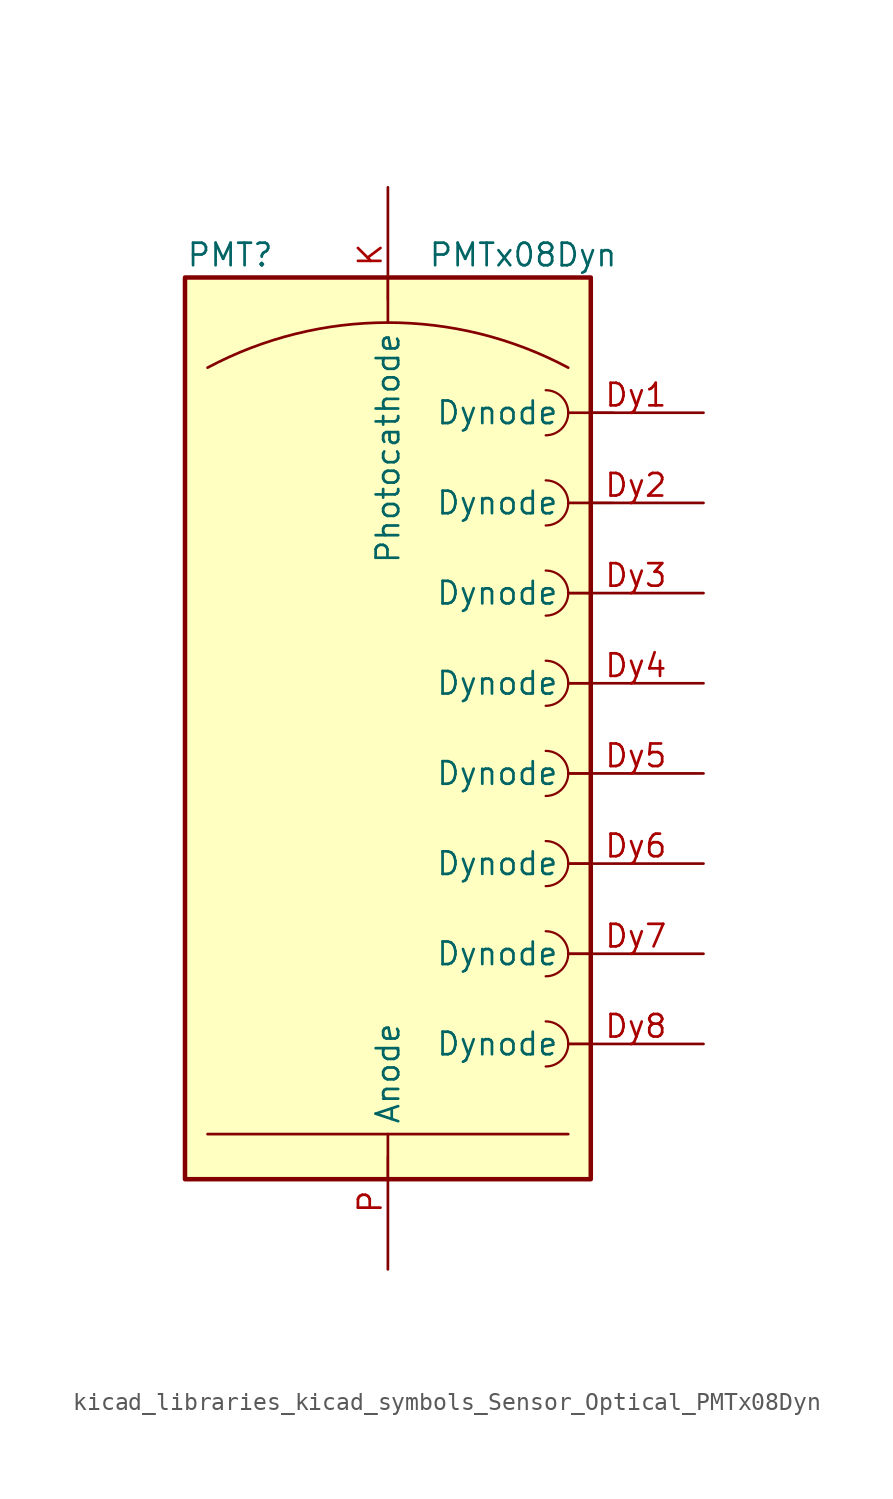
<source format=kicad_sym>
(kicad_symbol_lib
  (version 20220914)
  (generator kicad_symbol_editor)
  (symbol "kicad_libraries_kicad_symbols_Sensor_Optical_PMTx08Dyn"
    (property "Reference" "PMT"
      (at -8.89 26.67 0)
      (effects (font (size 1.27 1.27))))
    (property "Value" "PMTx08Dyn"
      (at 7.62 26.67 0)
      (effects (font (size 1.27 1.27))))
    (symbol "kicad_libraries_kicad_symbols_Sensor_Optical_PMTx08Dyn_0_1"
      (polyline (pts (xy 0 -25.4) (xy 0 -24.13)) (stroke (width 0.127) (type default)) (fill (type none)))
      (polyline (pts (xy 0 25.4) (xy 0 24.13)) (stroke (width 0.127) (type default)) (fill (type none)))
      (polyline (pts (xy 10.16 -22.86) (xy -10.16 -22.86)) (stroke (width 0) (type default)) (fill (type none)))
      (polyline (pts (xy 11.43 -17.78) (xy 10.16 -17.78)) (stroke (width 0.127) (type default)) (fill (type none)))
      (polyline (pts (xy 11.43 -12.7) (xy 10.16 -12.7)) (stroke (width 0.127) (type default)) (fill (type none)))
      (polyline (pts (xy 11.43 -7.62) (xy 10.16 -7.62)) (stroke (width 0.127) (type default)) (fill (type none)))
      (polyline (pts (xy 11.43 -2.54) (xy 10.16 -2.54)) (stroke (width 0.127) (type default)) (fill (type none)))
      (polyline (pts (xy 11.43 2.54) (xy 10.16 2.54)) (stroke (width 0.127) (type default)) (fill (type none)))
      (polyline (pts (xy 11.43 7.62) (xy 10.16 7.62)) (stroke (width 0.127) (type default)) (fill (type none)))
      (polyline (pts (xy 12.7 12.7) (xy 11.43 12.7)) (stroke (width 0.127) (type default)) (fill (type none)))
      (polyline (pts (xy 12.7 17.78) (xy 11.43 17.78)) (stroke (width 0.127) (type default)) (fill (type none)))
      (arc (start 8.89 -19.05) (mid 10.1545 -17.78) (end 8.89 -16.51) (stroke (width 0.127) (type default)) (fill (type none)))
      (arc (start 8.89 -13.97) (mid 10.1545 -12.7) (end 8.89 -11.43) (stroke (width 0.127) (type default)) (fill (type none)))
      (arc (start 8.89 -8.89) (mid 10.1545 -7.62) (end 8.89 -6.35) (stroke (width 0.127) (type default)) (fill (type none)))
      (arc (start 8.89 -3.81) (mid 10.1545 -2.54) (end 8.89 -1.27) (stroke (width 0.127) (type default)) (fill (type none)))
      (arc (start 8.89 1.27) (mid 10.1545 2.54) (end 8.89 3.81) (stroke (width 0.127) (type default)) (fill (type none)))
      (arc (start 8.89 6.35) (mid 10.1545 7.62) (end 8.89 8.89) (stroke (width 0.127) (type default)) (fill (type none)))
      (arc (start 8.89 11.43) (mid 10.1545 12.7) (end 8.89 13.97) (stroke (width 0.127) (type default)) (fill (type none)))
      (arc (start 8.89 16.51) (mid 10.1545 17.78) (end 8.89 19.05) (stroke (width 0.127) (type default)) (fill (type none)))
      (arc (start 10.16 20.32) (mid 0 22.86) (end -10.16 20.32) (stroke (width 0) (type default)) (fill (type none)))
      (rectangle (start 11.43 -25.4) (end -11.43 25.4) (stroke (width 0.254) (type default)) (fill (type background))))
    (symbol "kicad_libraries_kicad_symbols_Sensor_Optical_PMTx08Dyn_1_1"
      (pin passive line (at 17.78 17.78 180) (length 7.62) (name "Dynode" (effects (font (size 1.27 1.27)))) (number "Dy1" (effects (font (size 1.27 1.27)))))
      (pin passive line (at 17.78 12.7 180) (length 7.62) (name "Dynode" (effects (font (size 1.27 1.27)))) (number "Dy2" (effects (font (size 1.27 1.27)))))
      (pin passive line (at 17.78 7.62 180) (length 7.62) (name "Dynode" (effects (font (size 1.27 1.27)))) (number "Dy3" (effects (font (size 1.27 1.27)))))
      (pin passive line (at 17.78 2.54 180) (length 7.62) (name "Dynode" (effects (font (size 1.27 1.27)))) (number "Dy4" (effects (font (size 1.27 1.27)))))
      (pin passive line (at 17.78 -2.54 180) (length 7.62) (name "Dynode" (effects (font (size 1.27 1.27)))) (number "Dy5" (effects (font (size 1.27 1.27)))))
      (pin passive line (at 17.78 -7.62 180) (length 7.62) (name "Dynode" (effects (font (size 1.27 1.27)))) (number "Dy6" (effects (font (size 1.27 1.27)))))
      (pin passive line (at 17.78 -12.7 180) (length 7.62) (name "Dynode" (effects (font (size 1.27 1.27)))) (number "Dy7" (effects (font (size 1.27 1.27)))))
      (pin passive line (at 17.78 -17.78 180) (length 7.62) (name "Dynode" (effects (font (size 1.27 1.27)))) (number "Dy8" (effects (font (size 1.27 1.27)))))
      (pin passive line (at 0 30.48 270) (length 7.62) (name "Photocathode" (effects (font (size 1.27 1.27)))) (number "K" (effects (font (size 1.27 1.27)))))
      (pin passive line (at 0 -30.48 90) (length 7.62) (name "Anode" (effects (font (size 1.27 1.27)))) (number "P" (effects (font (size 1.27 1.27))))))))
</source>
